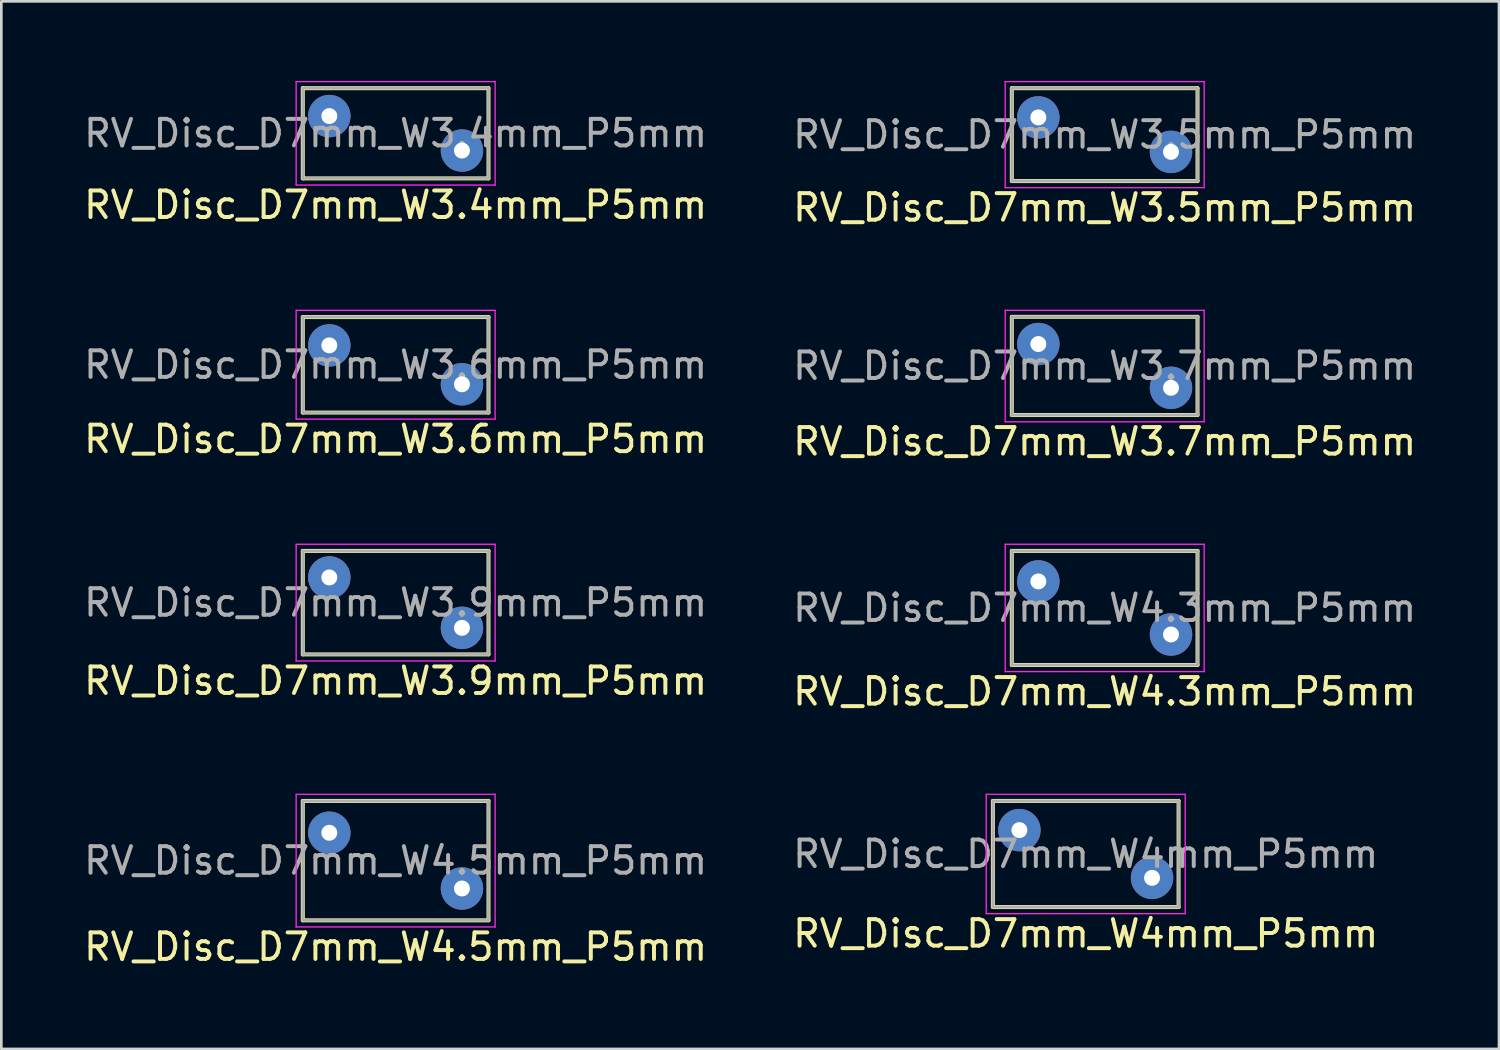
<source format=kicad_pcb>
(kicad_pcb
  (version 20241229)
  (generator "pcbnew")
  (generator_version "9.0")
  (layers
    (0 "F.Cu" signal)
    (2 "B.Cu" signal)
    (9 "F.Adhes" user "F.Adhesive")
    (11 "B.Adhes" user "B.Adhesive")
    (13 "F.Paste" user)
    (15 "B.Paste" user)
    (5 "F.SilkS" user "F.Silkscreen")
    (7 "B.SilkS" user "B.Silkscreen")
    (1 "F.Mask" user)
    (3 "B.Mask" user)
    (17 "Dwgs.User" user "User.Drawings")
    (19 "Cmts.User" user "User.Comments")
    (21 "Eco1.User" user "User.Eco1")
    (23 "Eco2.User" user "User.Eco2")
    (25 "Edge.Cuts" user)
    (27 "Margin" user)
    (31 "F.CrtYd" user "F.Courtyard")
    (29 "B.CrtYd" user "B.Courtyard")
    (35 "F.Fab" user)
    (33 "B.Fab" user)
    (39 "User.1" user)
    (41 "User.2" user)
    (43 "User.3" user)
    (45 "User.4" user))
  (footprint "RV_Disc_D7mm_W3.7mm_P5mm"
    (layer "F.Cu")
    (at 36.089 9.918)
    (property "Reference" "RV_Disc_D7mm_W3.7mm_P5mm" (at 2.5 3.675 0) (layer "F.SilkS") (effects (font (size 1 1) (thickness 0.15))))
    (attr through_hole)
    (fp_line (start -1 -1.025) (end -1 2.675) (stroke (width 0.15) (type solid)) (layer "F.SilkS"))
    (fp_line (start -1 -1.025) (end 6 -1.025) (stroke (width 0.15) (type solid)) (layer "F.SilkS"))
    (fp_line (start -1 2.675) (end 6 2.675) (stroke (width 0.15) (type solid)) (layer "F.SilkS"))
    (fp_line (start 6 -1.025) (end 6 2.675) (stroke (width 0.15) (type solid)) (layer "F.SilkS"))
    (fp_line (start -1.25 -1.27) (end -1.25 2.93) (stroke (width 0.05) (type solid)) (layer "F.CrtYd"))
    (fp_line (start -1.25 -1.27) (end 6.25 -1.27) (stroke (width 0.05) (type solid)) (layer "F.CrtYd"))
    (fp_line (start -1.25 2.93) (end 6.25 2.93) (stroke (width 0.05) (type solid)) (layer "F.CrtYd"))
    (fp_line (start 6.25 -1.27) (end 6.25 2.93) (stroke (width 0.05) (type solid)) (layer "F.CrtYd"))
    (fp_line (start -1 -1.025) (end -1 2.675) (stroke (width 0.1) (type solid)) (layer "F.Fab"))
    (fp_line (start -1 -1.025) (end 6 -1.025) (stroke (width 0.1) (type solid)) (layer "F.Fab"))
    (fp_line (start -1 2.675) (end 6 2.675) (stroke (width 0.1) (type solid)) (layer "F.Fab"))
    (fp_line (start 6 -1.025) (end 6 2.675) (stroke (width 0.1) (type solid)) (layer "F.Fab"))
    (fp_text user "${REFERENCE}" (at 2.5 0.825 0) (layer "F.Fab") (effects (font (size 1 1) (thickness 0.15))))
    (pad "1" thru_hole circle (at 0 0) (size 1.6 1.6) (drill 0.6) (layers "*.Cu" "*.Mask"))
    (pad "2" thru_hole circle (at 5 1.65) (size 1.6 1.6) (drill 0.6) (layers "*.Cu" "*.Mask")))
  (footprint "RV_Disc_D7mm_W4.3mm_P5mm"
    (layer "F.Cu")
    (at 36.089 18.866)
    (property "Reference" "RV_Disc_D7mm_W4.3mm_P5mm" (at 2.5 4.15 0) (layer "F.SilkS") (effects (font (size 1 1) (thickness 0.15))))
    (attr through_hole)
    (fp_line (start -1 -1.15) (end -1 3.15) (stroke (width 0.15) (type solid)) (layer "F.SilkS"))
    (fp_line (start -1 -1.15) (end 6 -1.15) (stroke (width 0.15) (type solid)) (layer "F.SilkS"))
    (fp_line (start -1 3.15) (end 6 3.15) (stroke (width 0.15) (type solid)) (layer "F.SilkS"))
    (fp_line (start 6 -1.15) (end 6 3.15) (stroke (width 0.15) (type solid)) (layer "F.SilkS"))
    (fp_line (start -1.25 -1.4) (end -1.25 3.4) (stroke (width 0.05) (type solid)) (layer "F.CrtYd"))
    (fp_line (start -1.25 -1.4) (end 6.25 -1.4) (stroke (width 0.05) (type solid)) (layer "F.CrtYd"))
    (fp_line (start -1.25 3.4) (end 6.25 3.4) (stroke (width 0.05) (type solid)) (layer "F.CrtYd"))
    (fp_line (start 6.25 -1.4) (end 6.25 3.4) (stroke (width 0.05) (type solid)) (layer "F.CrtYd"))
    (fp_line (start -1 -1.15) (end -1 3.15) (stroke (width 0.1) (type solid)) (layer "F.Fab"))
    (fp_line (start -1 -1.15) (end 6 -1.15) (stroke (width 0.1) (type solid)) (layer "F.Fab"))
    (fp_line (start -1 3.15) (end 6 3.15) (stroke (width 0.1) (type solid)) (layer "F.Fab"))
    (fp_line (start 6 -1.15) (end 6 3.15) (stroke (width 0.1) (type solid)) (layer "F.Fab"))
    (fp_text user "${REFERENCE}" (at 2.5 1 0) (layer "F.Fab") (effects (font (size 1 1) (thickness 0.15))))
    (pad "1" thru_hole circle (at 0 0) (size 1.6 1.6) (drill 0.6) (layers "*.Cu" "*.Mask"))
    (pad "2" thru_hole circle (at 5 2) (size 1.6 1.6) (drill 0.6) (layers "*.Cu" "*.Mask")))
  (footprint "RV_Disc_D7mm_W3.5mm_P5mm"
    (layer "F.Cu")
    (at 36.089 1.375)
    (property "Reference" "RV_Disc_D7mm_W3.5mm_P5mm" (at 2.5 3.4 0) (layer "F.SilkS") (effects (font (size 1 1) (thickness 0.15))))
    (attr through_hole)
    (fp_line (start -1 -1.1) (end -1 2.4) (stroke (width 0.15) (type solid)) (layer "F.SilkS"))
    (fp_line (start -1 -1.1) (end 6 -1.1) (stroke (width 0.15) (type solid)) (layer "F.SilkS"))
    (fp_line (start -1 2.4) (end 6 2.4) (stroke (width 0.15) (type solid)) (layer "F.SilkS"))
    (fp_line (start 6 -1.1) (end 6 2.4) (stroke (width 0.15) (type solid)) (layer "F.SilkS"))
    (fp_line (start -1.25 -1.35) (end -1.25 2.65) (stroke (width 0.05) (type solid)) (layer "F.CrtYd"))
    (fp_line (start -1.25 -1.35) (end 6.25 -1.35) (stroke (width 0.05) (type solid)) (layer "F.CrtYd"))
    (fp_line (start -1.25 2.65) (end 6.25 2.65) (stroke (width 0.05) (type solid)) (layer "F.CrtYd"))
    (fp_line (start 6.25 -1.35) (end 6.25 2.65) (stroke (width 0.05) (type solid)) (layer "F.CrtYd"))
    (fp_line (start -1 -1.1) (end -1 2.4) (stroke (width 0.1) (type solid)) (layer "F.Fab"))
    (fp_line (start -1 -1.1) (end 6 -1.1) (stroke (width 0.1) (type solid)) (layer "F.Fab"))
    (fp_line (start -1 2.4) (end 6 2.4) (stroke (width 0.1) (type solid)) (layer "F.Fab"))
    (fp_line (start 6 -1.1) (end 6 2.4) (stroke (width 0.1) (type solid)) (layer "F.Fab"))
    (fp_text user "${REFERENCE}" (at 2.5 0.65 0) (layer "F.Fab") (effects (font (size 1 1) (thickness 0.15))))
    (pad "1" thru_hole circle (at 0 0) (size 1.6 1.6) (drill 0.6) (layers "*.Cu" "*.Mask"))
    (pad "2" thru_hole circle (at 5 1.3) (size 1.6 1.6) (drill 0.6) (layers "*.Cu" "*.Mask")))
  (footprint "RV_Disc_D7mm_W3.4mm_P5mm"
    (layer "F.Cu")
    (at 9.363 1.325)
    (property "Reference" "RV_Disc_D7mm_W3.4mm_P5mm" (at 2.5 3.35 0) (layer "F.SilkS") (effects (font (size 1 1) (thickness 0.15))))
    (attr through_hole)
    (fp_line (start -1 -1.05) (end -1 2.35) (stroke (width 0.15) (type solid)) (layer "F.SilkS"))
    (fp_line (start -1 -1.05) (end 6 -1.05) (stroke (width 0.15) (type solid)) (layer "F.SilkS"))
    (fp_line (start -1 2.35) (end 6 2.35) (stroke (width 0.15) (type solid)) (layer "F.SilkS"))
    (fp_line (start 6 -1.05) (end 6 2.35) (stroke (width 0.15) (type solid)) (layer "F.SilkS"))
    (fp_line (start -1.25 -1.3) (end -1.25 2.6) (stroke (width 0.05) (type solid)) (layer "F.CrtYd"))
    (fp_line (start -1.25 -1.3) (end 6.25 -1.3) (stroke (width 0.05) (type solid)) (layer "F.CrtYd"))
    (fp_line (start -1.25 2.6) (end 6.25 2.6) (stroke (width 0.05) (type solid)) (layer "F.CrtYd"))
    (fp_line (start 6.25 -1.3) (end 6.25 2.6) (stroke (width 0.05) (type solid)) (layer "F.CrtYd"))
    (fp_line (start -1 -1.05) (end -1 2.35) (stroke (width 0.1) (type solid)) (layer "F.Fab"))
    (fp_line (start -1 -1.05) (end 6 -1.05) (stroke (width 0.1) (type solid)) (layer "F.Fab"))
    (fp_line (start -1 2.35) (end 6 2.35) (stroke (width 0.1) (type solid)) (layer "F.Fab"))
    (fp_line (start 6 -1.05) (end 6 2.35) (stroke (width 0.1) (type solid)) (layer "F.Fab"))
    (fp_text user "${REFERENCE}" (at 2.5 0.65 0) (layer "F.Fab") (effects (font (size 1 1) (thickness 0.15))))
    (pad "1" thru_hole circle (at 0 0) (size 1.6 1.6) (drill 0.6) (layers "*.Cu" "*.Mask"))
    (pad "2" thru_hole circle (at 5 1.3) (size 1.6 1.6) (drill 0.6) (layers "*.Cu" "*.Mask")))
  (footprint "RV_Disc_D7mm_W3.6mm_P5mm"
    (layer "F.Cu")
    (at 9.363 9.968)
    (property "Reference" "RV_Disc_D7mm_W3.6mm_P5mm" (at 2.5 3.533 0) (layer "F.SilkS") (effects (font (size 1 1) (thickness 0.15))))
    (attr through_hole)
    (fp_line (start -1 -1.067) (end -1 2.533) (stroke (width 0.15) (type solid)) (layer "F.SilkS"))
    (fp_line (start -1 -1.067) (end 6 -1.067) (stroke (width 0.15) (type solid)) (layer "F.SilkS"))
    (fp_line (start -1 2.533) (end 6 2.533) (stroke (width 0.15) (type solid)) (layer "F.SilkS"))
    (fp_line (start 6 -1.067) (end 6 2.533) (stroke (width 0.15) (type solid)) (layer "F.SilkS"))
    (fp_line (start -1.25 -1.32) (end -1.25 2.78) (stroke (width 0.05) (type solid)) (layer "F.CrtYd"))
    (fp_line (start -1.25 -1.32) (end 6.25 -1.32) (stroke (width 0.05) (type solid)) (layer "F.CrtYd"))
    (fp_line (start -1.25 2.78) (end 6.25 2.78) (stroke (width 0.05) (type solid)) (layer "F.CrtYd"))
    (fp_line (start 6.25 -1.32) (end 6.25 2.78) (stroke (width 0.05) (type solid)) (layer "F.CrtYd"))
    (fp_line (start -1 -1.067) (end -1 2.533) (stroke (width 0.1) (type solid)) (layer "F.Fab"))
    (fp_line (start -1 -1.067) (end 6 -1.067) (stroke (width 0.1) (type solid)) (layer "F.Fab"))
    (fp_line (start -1 2.533) (end 6 2.533) (stroke (width 0.1) (type solid)) (layer "F.Fab"))
    (fp_line (start 6 -1.067) (end 6 2.533) (stroke (width 0.1) (type solid)) (layer "F.Fab"))
    (fp_text user "${REFERENCE}" (at 2.5 0.733 0) (layer "F.Fab") (effects (font (size 1 1) (thickness 0.15))))
    (pad "1" thru_hole circle (at 0 0) (size 1.6 1.6) (drill 0.6) (layers "*.Cu" "*.Mask"))
    (pad "2" thru_hole circle (at 5 1.467) (size 1.6 1.6) (drill 0.6) (layers "*.Cu" "*.Mask")))
  (footprint "RV_Disc_D7mm_W4.5mm_P5mm"
    (layer "F.Cu")
    (at 9.363 28.34)
    (property "Reference" "RV_Disc_D7mm_W4.5mm_P5mm" (at 2.5 4.3 0) (layer "F.SilkS") (effects (font (size 1 1) (thickness 0.15))))
    (attr through_hole)
    (fp_line (start -1 -1.2) (end -1 3.3) (stroke (width 0.15) (type solid)) (layer "F.SilkS"))
    (fp_line (start -1 -1.2) (end 6 -1.2) (stroke (width 0.15) (type solid)) (layer "F.SilkS"))
    (fp_line (start -1 3.3) (end 6 3.3) (stroke (width 0.15) (type solid)) (layer "F.SilkS"))
    (fp_line (start 6 -1.2) (end 6 3.3) (stroke (width 0.15) (type solid)) (layer "F.SilkS"))
    (fp_line (start -1.25 -1.45) (end -1.25 3.55) (stroke (width 0.05) (type solid)) (layer "F.CrtYd"))
    (fp_line (start -1.25 -1.45) (end 6.25 -1.45) (stroke (width 0.05) (type solid)) (layer "F.CrtYd"))
    (fp_line (start -1.25 3.55) (end 6.25 3.55) (stroke (width 0.05) (type solid)) (layer "F.CrtYd"))
    (fp_line (start 6.25 -1.45) (end 6.25 3.55) (stroke (width 0.05) (type solid)) (layer "F.CrtYd"))
    (fp_line (start -1 -1.2) (end -1 3.3) (stroke (width 0.1) (type solid)) (layer "F.Fab"))
    (fp_line (start -1 -1.2) (end 6 -1.2) (stroke (width 0.1) (type solid)) (layer "F.Fab"))
    (fp_line (start -1 3.3) (end 6 3.3) (stroke (width 0.1) (type solid)) (layer "F.Fab"))
    (fp_line (start 6 -1.2) (end 6 3.3) (stroke (width 0.1) (type solid)) (layer "F.Fab"))
    (fp_text user "${REFERENCE}" (at 2.5 1.05 0) (layer "F.Fab") (effects (font (size 1 1) (thickness 0.15))))
    (pad "1" thru_hole circle (at 0 0) (size 1.6 1.6) (drill 0.6) (layers "*.Cu" "*.Mask"))
    (pad "2" thru_hole circle (at 5 2.1) (size 1.6 1.6) (drill 0.6) (layers "*.Cu" "*.Mask")))
  (footprint "RV_Disc_D7mm_W3.9mm_P5mm"
    (layer "F.Cu")
    (at 9.363 18.716)
    (property "Reference" "RV_Disc_D7mm_W3.9mm_P5mm" (at 2.5 3.9 0) (layer "F.SilkS") (effects (font (size 1 1) (thickness 0.15))))
    (attr through_hole)
    (fp_line (start -1 -1) (end -1 2.9) (stroke (width 0.15) (type solid)) (layer "F.SilkS"))
    (fp_line (start -1 -1) (end 6 -1) (stroke (width 0.15) (type solid)) (layer "F.SilkS"))
    (fp_line (start -1 2.9) (end 6 2.9) (stroke (width 0.15) (type solid)) (layer "F.SilkS"))
    (fp_line (start 6 -1) (end 6 2.9) (stroke (width 0.15) (type solid)) (layer "F.SilkS"))
    (fp_line (start -1.25 -1.25) (end -1.25 3.15) (stroke (width 0.05) (type solid)) (layer "F.CrtYd"))
    (fp_line (start -1.25 -1.25) (end 6.25 -1.25) (stroke (width 0.05) (type solid)) (layer "F.CrtYd"))
    (fp_line (start -1.25 3.15) (end 6.25 3.15) (stroke (width 0.05) (type solid)) (layer "F.CrtYd"))
    (fp_line (start 6.25 -1.25) (end 6.25 3.15) (stroke (width 0.05) (type solid)) (layer "F.CrtYd"))
    (fp_line (start -1 -1) (end -1 2.9) (stroke (width 0.1) (type solid)) (layer "F.Fab"))
    (fp_line (start -1 -1) (end 6 -1) (stroke (width 0.1) (type solid)) (layer "F.Fab"))
    (fp_line (start -1 2.9) (end 6 2.9) (stroke (width 0.1) (type solid)) (layer "F.Fab"))
    (fp_line (start 6 -1) (end 6 2.9) (stroke (width 0.1) (type solid)) (layer "F.Fab"))
    (fp_text user "${REFERENCE}" (at 2.5 0.95 0) (layer "F.Fab") (effects (font (size 1 1) (thickness 0.15))))
    (pad "1" thru_hole circle (at 0 0) (size 1.6 1.6) (drill 0.6) (layers "*.Cu" "*.Mask"))
    (pad "2" thru_hole circle (at 5 1.9) (size 1.6 1.6) (drill 0.6) (layers "*.Cu" "*.Mask")))
  (footprint "RV_Disc_D7mm_W4mm_P5mm"
    (layer "F.Cu")
    (at 35.375 28.24)
    (property "Reference" "RV_Disc_D7mm_W4mm_P5mm" (at 2.5 3.9 0) (layer "F.SilkS") (effects (font (size 1 1) (thickness 0.15))))
    (attr through_hole)
    (fp_line (start -1 -1.1) (end -1 2.9) (stroke (width 0.15) (type solid)) (layer "F.SilkS"))
    (fp_line (start -1 -1.1) (end 6 -1.1) (stroke (width 0.15) (type solid)) (layer "F.SilkS"))
    (fp_line (start -1 2.9) (end 6 2.9) (stroke (width 0.15) (type solid)) (layer "F.SilkS"))
    (fp_line (start 6 -1.1) (end 6 2.9) (stroke (width 0.15) (type solid)) (layer "F.SilkS"))
    (fp_line (start -1.25 -1.35) (end -1.25 3.15) (stroke (width 0.05) (type solid)) (layer "F.CrtYd"))
    (fp_line (start -1.25 -1.35) (end 6.25 -1.35) (stroke (width 0.05) (type solid)) (layer "F.CrtYd"))
    (fp_line (start -1.25 3.15) (end 6.25 3.15) (stroke (width 0.05) (type solid)) (layer "F.CrtYd"))
    (fp_line (start 6.25 -1.35) (end 6.25 3.15) (stroke (width 0.05) (type solid)) (layer "F.CrtYd"))
    (fp_line (start -1 -1.1) (end -1 2.9) (stroke (width 0.1) (type solid)) (layer "F.Fab"))
    (fp_line (start -1 -1.1) (end 6 -1.1) (stroke (width 0.1) (type solid)) (layer "F.Fab"))
    (fp_line (start -1 2.9) (end 6 2.9) (stroke (width 0.1) (type solid)) (layer "F.Fab"))
    (fp_line (start 6 -1.1) (end 6 2.9) (stroke (width 0.1) (type solid)) (layer "F.Fab"))
    (fp_text user "${REFERENCE}" (at 2.5 0.9 0) (layer "F.Fab") (effects (font (size 1 1) (thickness 0.15))))
    (pad "1" thru_hole circle (at 0 0) (size 1.6 1.6) (drill 0.6) (layers "*.Cu" "*.Mask"))
    (pad "2" thru_hole circle (at 5 1.8) (size 1.6 1.6) (drill 0.6) (layers "*.Cu" "*.Mask")))
  (gr_rect
    (start -3 -3)
    (end 53.452 36.488)
    (stroke (width 0.1) (type default))
    (fill no)
    (layer "Edge.Cuts")))
</source>
